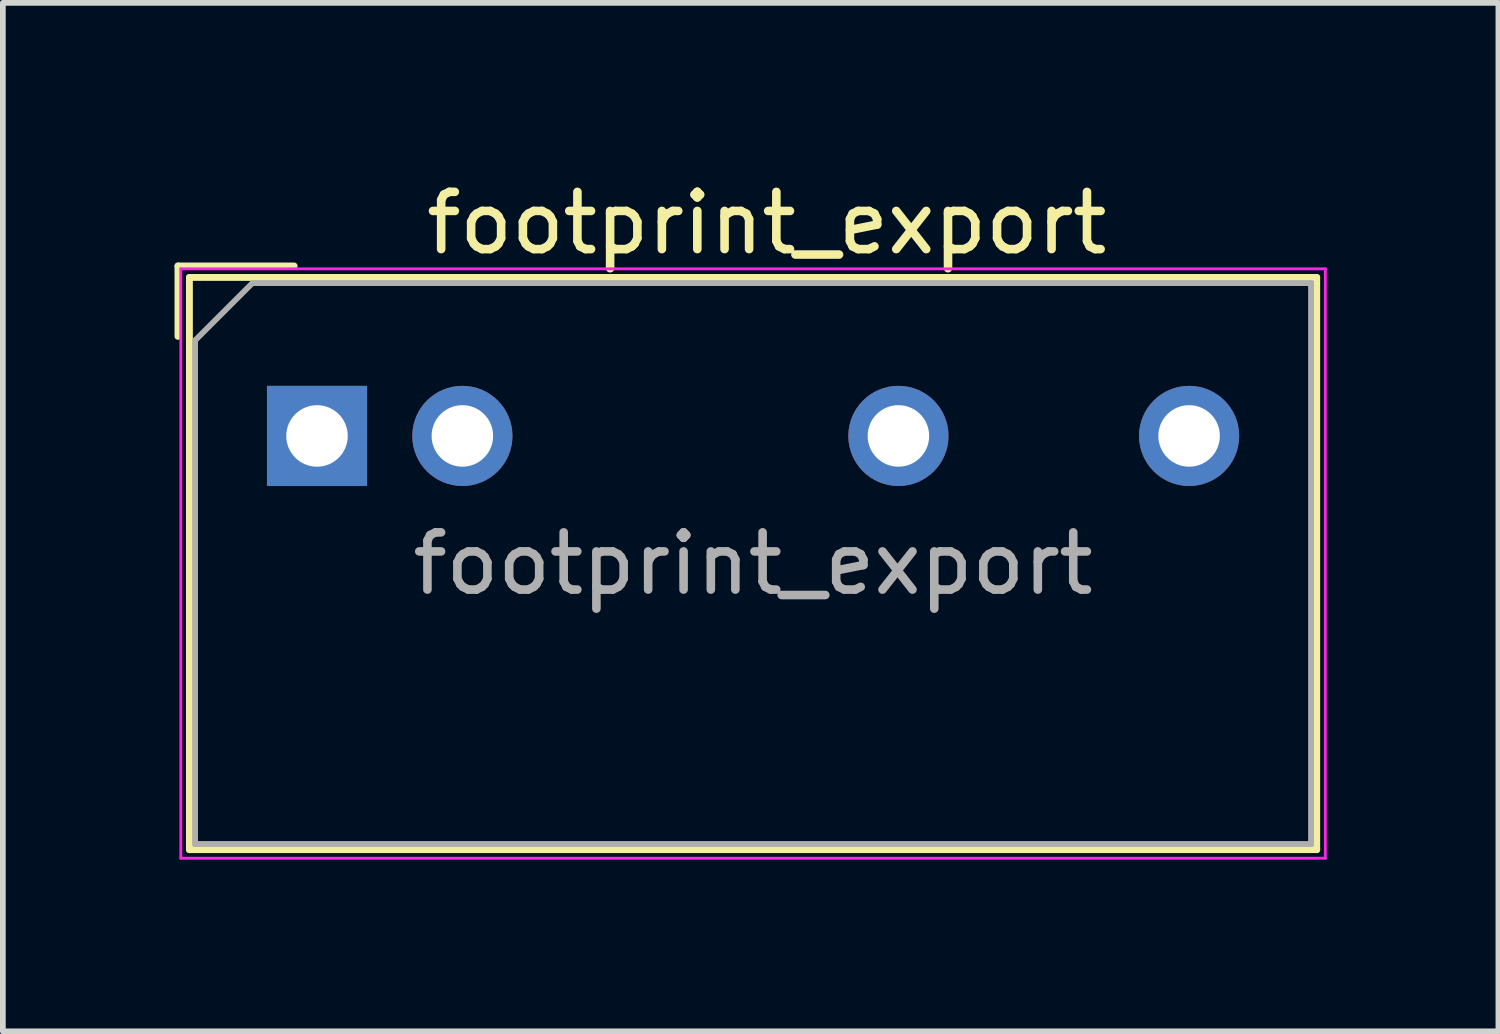
<source format=kicad_pcb>
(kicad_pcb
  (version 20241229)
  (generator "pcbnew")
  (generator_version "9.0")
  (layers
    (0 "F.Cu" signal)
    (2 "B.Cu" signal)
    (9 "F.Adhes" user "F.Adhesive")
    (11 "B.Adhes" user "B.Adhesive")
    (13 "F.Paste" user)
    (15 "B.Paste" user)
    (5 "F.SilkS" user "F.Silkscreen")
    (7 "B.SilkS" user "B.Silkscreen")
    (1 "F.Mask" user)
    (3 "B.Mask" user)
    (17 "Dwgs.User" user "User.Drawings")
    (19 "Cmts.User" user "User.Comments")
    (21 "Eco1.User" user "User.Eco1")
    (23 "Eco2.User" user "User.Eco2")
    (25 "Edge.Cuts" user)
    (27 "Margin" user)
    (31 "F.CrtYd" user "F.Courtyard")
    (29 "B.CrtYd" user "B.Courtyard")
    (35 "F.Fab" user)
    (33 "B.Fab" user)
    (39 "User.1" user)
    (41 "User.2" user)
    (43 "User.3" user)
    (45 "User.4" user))
  (footprint "footprint_export"
    (layer "F.Cu")
    (at 2.49 4.568)
    (property "Reference" "footprint_export" (at 7.86 -3.72 180) (layer "F.SilkS") (effects (font (size 1 1) (thickness 0.15))))
    (attr through_hole)
    (fp_line (start -2.43 -2.97) (end -2.43 -1.74) (stroke (width 0.12) (type solid)) (layer "F.SilkS"))
    (fp_line (start -2.43 -2.97) (end -0.4 -2.97) (stroke (width 0.12) (type solid)) (layer "F.SilkS"))
    (fp_line (start -2.23 -2.77) (end -2.23 7.23) (stroke (width 0.12) (type solid)) (layer "F.SilkS"))
    (fp_line (start -2.23 7.23) (end 17.47 7.23) (stroke (width 0.12) (type solid)) (layer "F.SilkS"))
    (fp_line (start 17.47 -2.77) (end -2.23 -2.77) (stroke (width 0.12) (type solid)) (layer "F.SilkS"))
    (fp_line (start 17.47 7.23) (end 17.47 -2.77) (stroke (width 0.12) (type solid)) (layer "F.SilkS"))
    (fp_line (start -2.38 -2.92) (end -2.38 7.38) (stroke (width 0.05) (type solid)) (layer "F.CrtYd"))
    (fp_line (start 17.62 -2.92) (end -2.38 -2.92) (stroke (width 0.05) (type solid)) (layer "F.CrtYd"))
    (fp_line (start 17.62 7.38) (end -2.38 7.38) (stroke (width 0.05) (type solid)) (layer "F.CrtYd"))
    (fp_line (start 17.62 7.38) (end 17.62 -2.92) (stroke (width 0.05) (type solid)) (layer "F.CrtYd"))
    (fp_line (start -2.13 -1.67) (end -2.13 7.13) (stroke (width 0.1) (type solid)) (layer "F.Fab"))
    (fp_line (start -1.13 -2.67) (end -2.13 -1.67) (stroke (width 0.1) (type solid)) (layer "F.Fab"))
    (fp_line (start 17.37 -2.67) (end -1.13 -2.67) (stroke (width 0.1) (type solid)) (layer "F.Fab"))
    (fp_line (start 17.37 -2.67) (end 17.37 7.13) (stroke (width 0.1) (type solid)) (layer "F.Fab"))
    (fp_line (start 17.37 7.13) (end -2.13 7.13) (stroke (width 0.1) (type solid)) (layer "F.Fab"))
    (fp_text user "${REFERENCE}" (at 7.62 2.23 180) (layer "F.Fab") (effects (font (size 1 1) (thickness 0.15))))
    (pad "1" thru_hole rect (at 0 0) (size 1.75 1.75) (drill 1.075) (layers "*.Cu" "*.Mask"))
    (pad "2" thru_hole oval (at 2.54 0) (size 1.75 1.75) (drill 1.075) (layers "*.Cu" "*.Mask"))
    (pad "5" thru_hole oval (at 10.16 0) (size 1.75 1.75) (drill 1.075) (layers "*.Cu" "*.Mask"))
    (pad "7" thru_hole oval (at 15.24 0) (size 1.75 1.75) (drill 1.075) (layers "*.Cu" "*.Mask")))
  (gr_rect
    (start -3 -3)
    (end 23.135 14.973)
    (stroke (width 0.1) (type default))
    (fill no)
    (layer "Edge.Cuts")))
</source>
